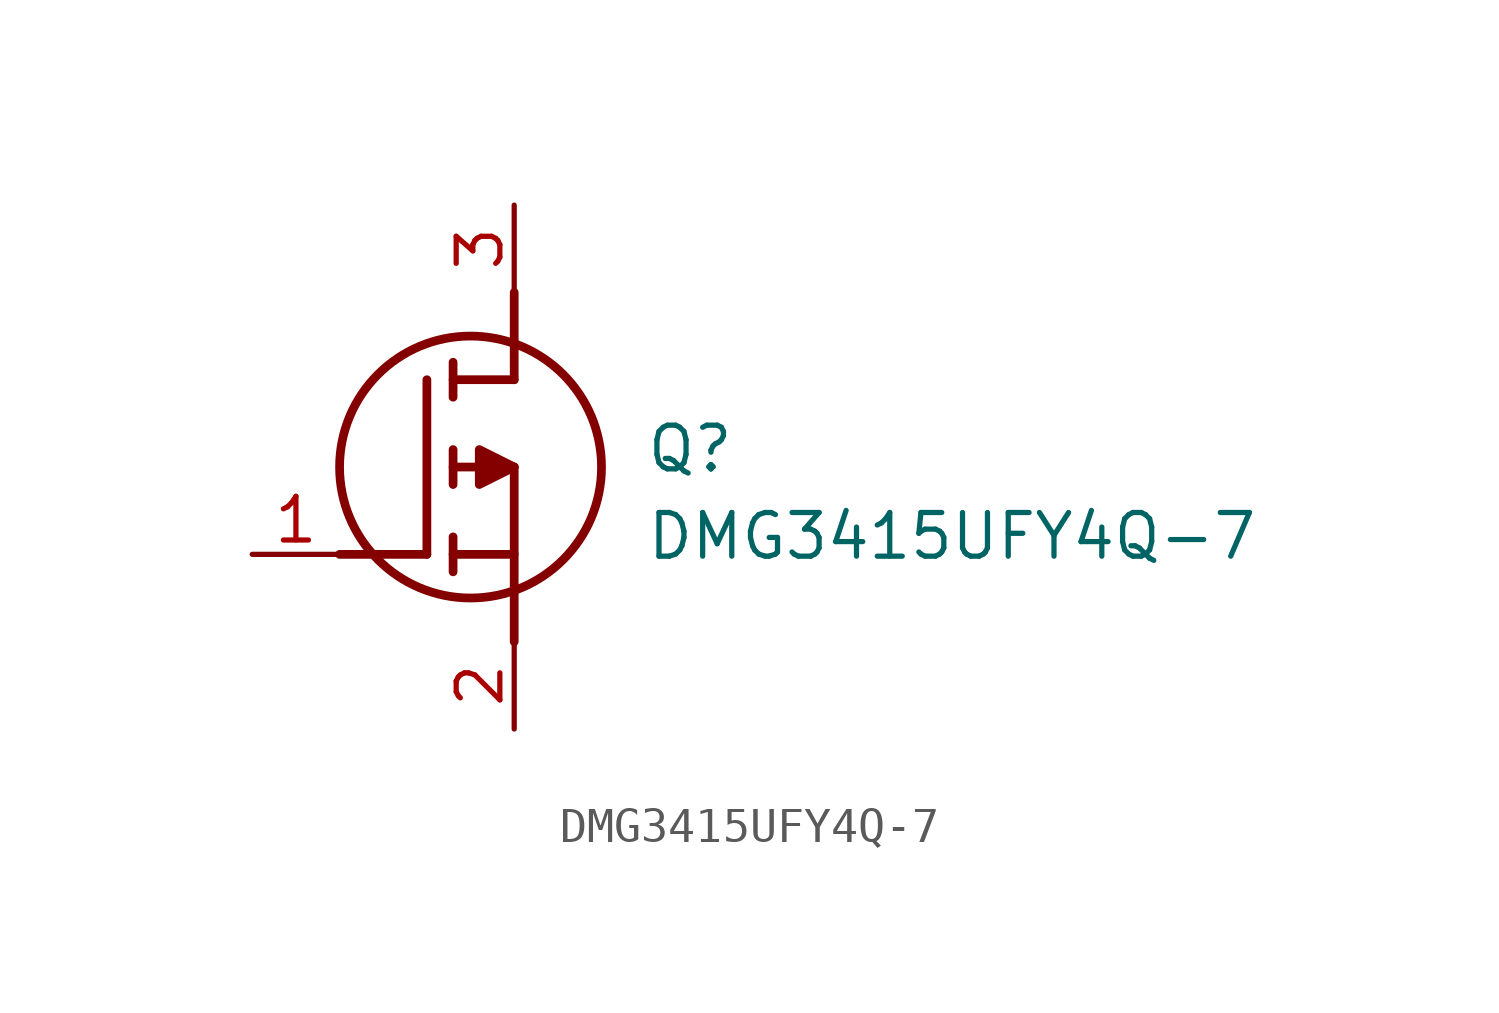
<source format=kicad_sym>
(kicad_symbol_lib
  (version 20211014)
  (generator SamacSys_ECAD_Model)
  (symbol "DMG3415UFY4Q-7"
    (pin_names hide)
    (property "Reference" "Q"
      (at 11.43 3.81 0)
      (effects (font (size 1.27 1.27)) (justify left top)))
    (property "Value" "DMG3415UFY4Q-7"
      (at 11.43 1.27 0)
      (effects (font (size 1.27 1.27)) (justify left top)))
    (polyline
      (pts (xy 7.62 2.54) (xy 7.62 -2.54))
      (stroke (width 0.254) (type default))
      (fill (type none)))
    (polyline
      (pts (xy 7.62 5.08) (xy 7.62 7.62))
      (stroke (width 0.254) (type default))
      (fill (type none)))
    (polyline
      (pts (xy 2.54 0) (xy 5.08 0))
      (stroke (width 0.254) (type default))
      (fill (type none)))
    (polyline
      (pts (xy 5.08 5.08) (xy 5.08 0))
      (stroke (width 0.254) (type default))
      (fill (type none)))
    (polyline
      (pts (xy 7.62 2.54) (xy 5.842 2.54))
      (stroke (width 0.254) (type default))
      (fill (type none)))
    (polyline
      (pts (xy 7.62 5.08) (xy 5.842 5.08))
      (stroke (width 0.254) (type default))
      (fill (type none)))
    (polyline
      (pts (xy 5.842 0) (xy 7.62 0))
      (stroke (width 0.254) (type default))
      (fill (type none)))
    (polyline
      (pts (xy 5.842 5.588) (xy 5.842 4.572))
      (stroke (width 0.254) (type default))
      (fill (type none)))
    (polyline
      (pts (xy 5.842 -0.508) (xy 5.842 0.508))
      (stroke (width 0.254) (type default))
      (fill (type none)))
    (polyline
      (pts (xy 5.842 2.032) (xy 5.842 3.048))
      (stroke (width 0.254) (type default))
      (fill (type none)))
    (circle
      (center 6.35 2.54)
      (radius 3.81)
      (stroke (width 0.254) (type default))
      (fill (type none)))
    (polyline
      (pts (xy 7.62 2.54) (xy 6.604 3.048) (xy 6.604 2.032) (xy 7.62 2.54))
      (stroke (width 0.254) (type default))
      (fill (type outline)))
    (pin passive line
      (at 0 0 0)
      (length 2.54)
      (name "G" (effects (font (size 1.27 1.27))))
      (number "1" (effects (font (size 1.27 1.27)))))
    (pin passive line
      (at 7.62 10.16 270)
      (length 2.54)
      (name "D" (effects (font (size 1.27 1.27))))
      (number "3" (effects (font (size 1.27 1.27)))))
    (pin passive line
      (at 7.62 -5.08 90)
      (length 2.54)
      (name "S" (effects (font (size 1.27 1.27))))
      (number "2" (effects (font (size 1.27 1.27)))))))
</source>
